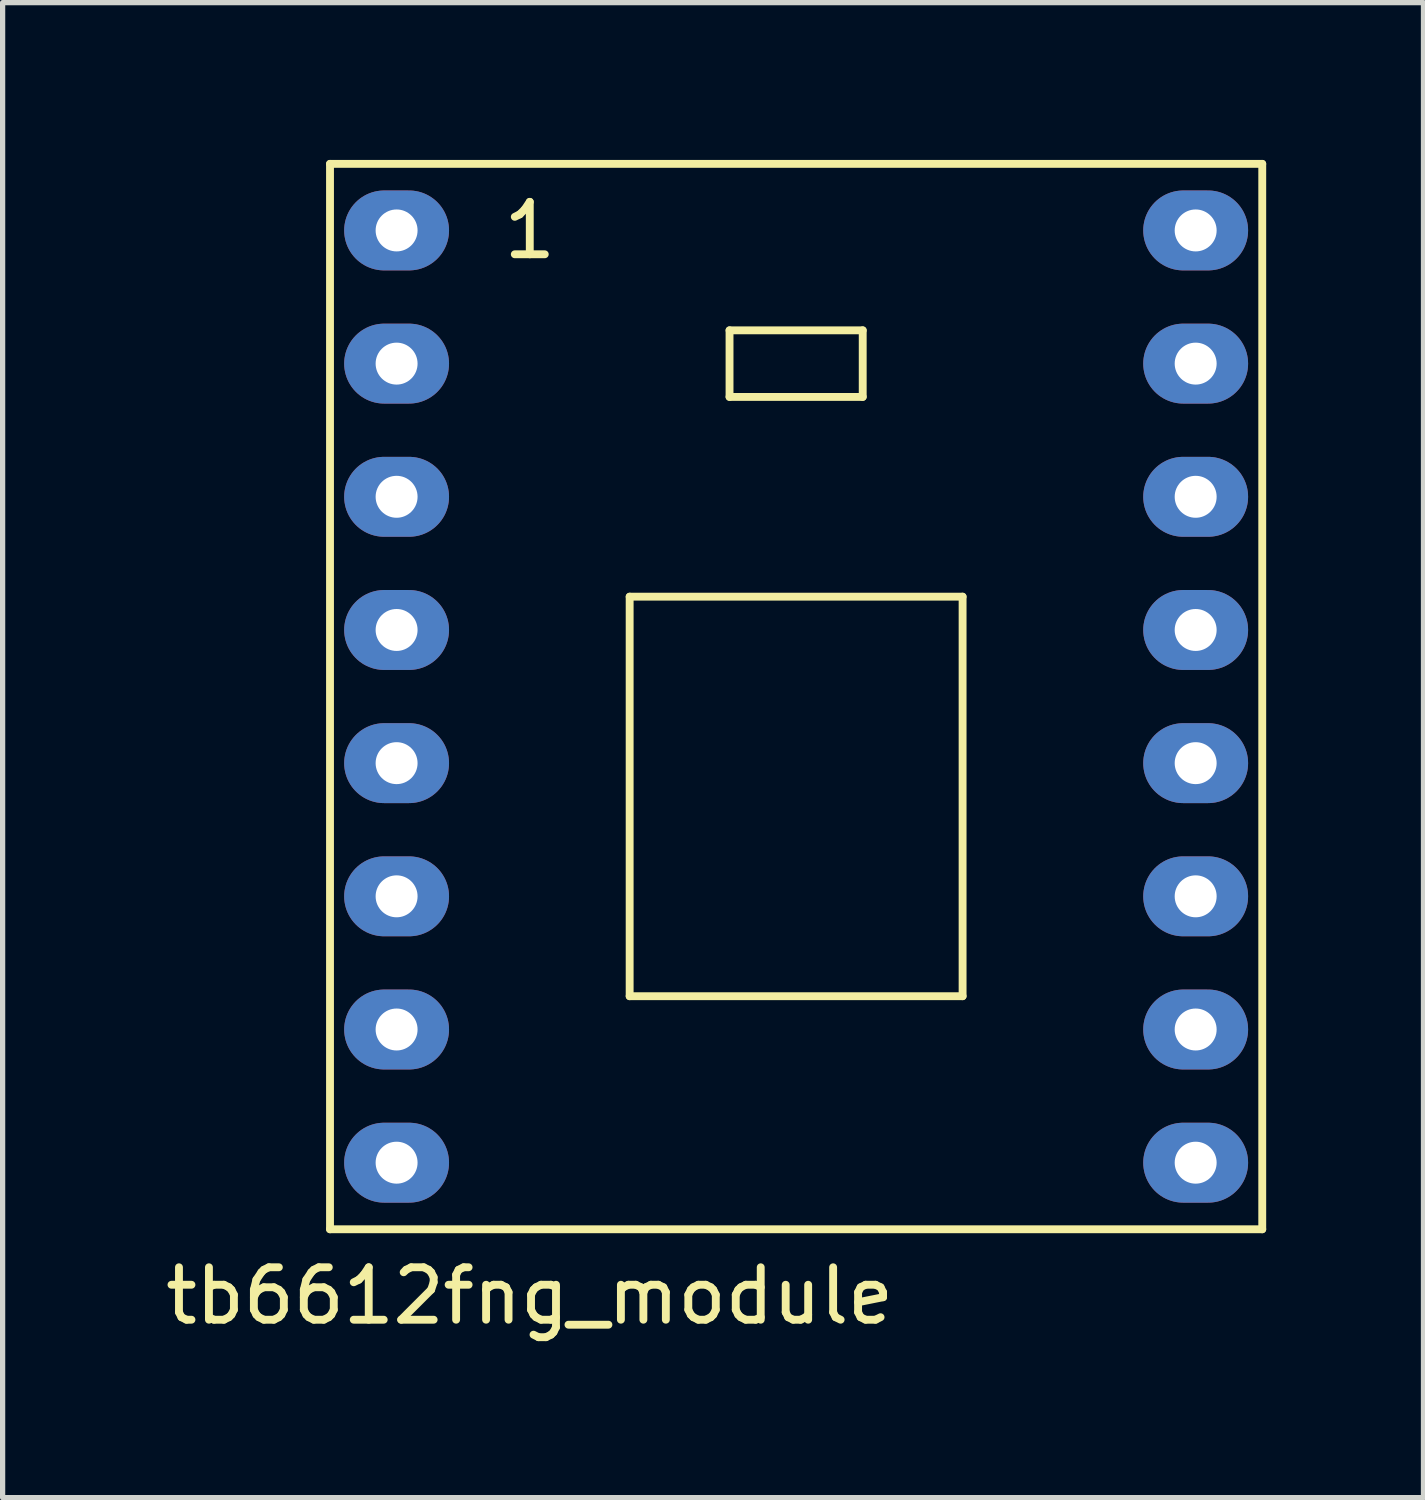
<source format=kicad_pcb>
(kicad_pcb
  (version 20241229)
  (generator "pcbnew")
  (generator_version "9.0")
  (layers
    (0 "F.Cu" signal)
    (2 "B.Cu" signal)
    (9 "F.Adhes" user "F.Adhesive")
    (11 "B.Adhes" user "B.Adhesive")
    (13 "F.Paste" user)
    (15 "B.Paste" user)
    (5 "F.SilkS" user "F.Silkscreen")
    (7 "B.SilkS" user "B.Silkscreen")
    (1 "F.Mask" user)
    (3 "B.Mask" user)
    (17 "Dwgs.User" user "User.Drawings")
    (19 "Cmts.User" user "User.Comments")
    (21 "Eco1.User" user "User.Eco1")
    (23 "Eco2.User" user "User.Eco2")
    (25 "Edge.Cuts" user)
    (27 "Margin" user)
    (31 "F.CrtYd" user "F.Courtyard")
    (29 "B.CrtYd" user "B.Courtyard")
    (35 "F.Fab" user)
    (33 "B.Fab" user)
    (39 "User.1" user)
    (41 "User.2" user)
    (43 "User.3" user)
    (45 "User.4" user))
  (footprint "tb6612fng_module"
    (layer "F.Cu")
    (at 4.514 1.345)
    (property "Reference" "tb6612fng_module" (at 2.54 20.32 0) (layer "F.SilkS") (effects (font (size 1 1) (thickness 0.15))))
    (attr through_hole)
    (fp_line (start -1.27 -1.27) (end 16.51 -1.27) (stroke (width 0.15) (type solid)) (layer "F.SilkS"))
    (fp_line (start -1.27 19.05) (end -1.27 -1.27) (stroke (width 0.15) (type solid)) (layer "F.SilkS"))
    (fp_line (start 4.445 6.985) (end 10.795 6.985) (stroke (width 0.15) (type solid)) (layer "F.SilkS"))
    (fp_line (start 4.445 14.605) (end 4.445 6.985) (stroke (width 0.15) (type solid)) (layer "F.SilkS"))
    (fp_line (start 6.35 1.905) (end 8.89 1.905) (stroke (width 0.15) (type solid)) (layer "F.SilkS"))
    (fp_line (start 6.35 3.175) (end 6.35 1.905) (stroke (width 0.15) (type solid)) (layer "F.SilkS"))
    (fp_line (start 8.89 1.905) (end 8.89 3.175) (stroke (width 0.15) (type solid)) (layer "F.SilkS"))
    (fp_line (start 8.89 3.175) (end 6.35 3.175) (stroke (width 0.15) (type solid)) (layer "F.SilkS"))
    (fp_line (start 10.795 6.985) (end 10.795 14.605) (stroke (width 0.15) (type solid)) (layer "F.SilkS"))
    (fp_line (start 10.795 14.605) (end 4.445 14.605) (stroke (width 0.15) (type solid)) (layer "F.SilkS"))
    (fp_line (start 16.51 -1.27) (end 16.51 19.05) (stroke (width 0.15) (type solid)) (layer "F.SilkS"))
    (fp_line (start 16.51 19.05) (end -1.27 19.05) (stroke (width 0.15) (type solid)) (layer "F.SilkS"))
    (fp_text user "1" (at 2.54 0 0) (layer "F.SilkS") (effects (font (size 1 1) (thickness 0.15))))
    (pad "1" thru_hole oval (at 0 0) (size 2 1.524) (drill 0.8) (layers "*.Cu" "*.Mask"))
    (pad "2" thru_hole oval (at 0 2.54) (size 2 1.524) (drill 0.8) (layers "*.Cu" "*.Mask"))
    (pad "3" thru_hole oval (at 0 5.08) (size 2 1.524) (drill 0.8) (layers "*.Cu" "*.Mask"))
    (pad "4" thru_hole oval (at 0 7.62) (size 2 1.524) (drill 0.8) (layers "*.Cu" "*.Mask"))
    (pad "5" thru_hole oval (at 0 10.16) (size 2 1.524) (drill 0.8) (layers "*.Cu" "*.Mask"))
    (pad "6" thru_hole oval (at 0 12.7) (size 2 1.524) (drill 0.8) (layers "*.Cu" "*.Mask"))
    (pad "7" thru_hole oval (at 0 15.24) (size 2 1.524) (drill 0.8) (layers "*.Cu" "*.Mask"))
    (pad "8" thru_hole oval (at 0 17.78) (size 2 1.524) (drill 0.8) (layers "*.Cu" "*.Mask"))
    (pad "9" thru_hole oval (at 15.24 17.78) (size 2 1.524) (drill 0.8) (layers "*.Cu" "*.Mask"))
    (pad "10" thru_hole oval (at 15.24 15.24) (size 2 1.524) (drill 0.8) (layers "*.Cu" "*.Mask"))
    (pad "11" thru_hole oval (at 15.24 12.7) (size 2 1.524) (drill 0.8) (layers "*.Cu" "*.Mask"))
    (pad "12" thru_hole oval (at 15.24 10.16) (size 2 1.524) (drill 0.8) (layers "*.Cu" "*.Mask"))
    (pad "13" thru_hole oval (at 15.24 7.62) (size 2 1.524) (drill 0.8) (layers "*.Cu" "*.Mask"))
    (pad "14" thru_hole oval (at 15.24 5.08) (size 2 1.524) (drill 0.8) (layers "*.Cu" "*.Mask"))
    (pad "15" thru_hole oval (at 15.24 2.54) (size 2 1.524) (drill 0.8) (layers "*.Cu" "*.Mask"))
    (pad "16" thru_hole oval (at 15.24 0) (size 2 1.524) (drill 0.8) (layers "*.Cu" "*.Mask")))
  (gr_rect
    (start -3 -3)
    (end 24.099 25.513)
    (stroke (width 0.1) (type default))
    (fill no)
    (layer "Edge.Cuts")))
</source>
